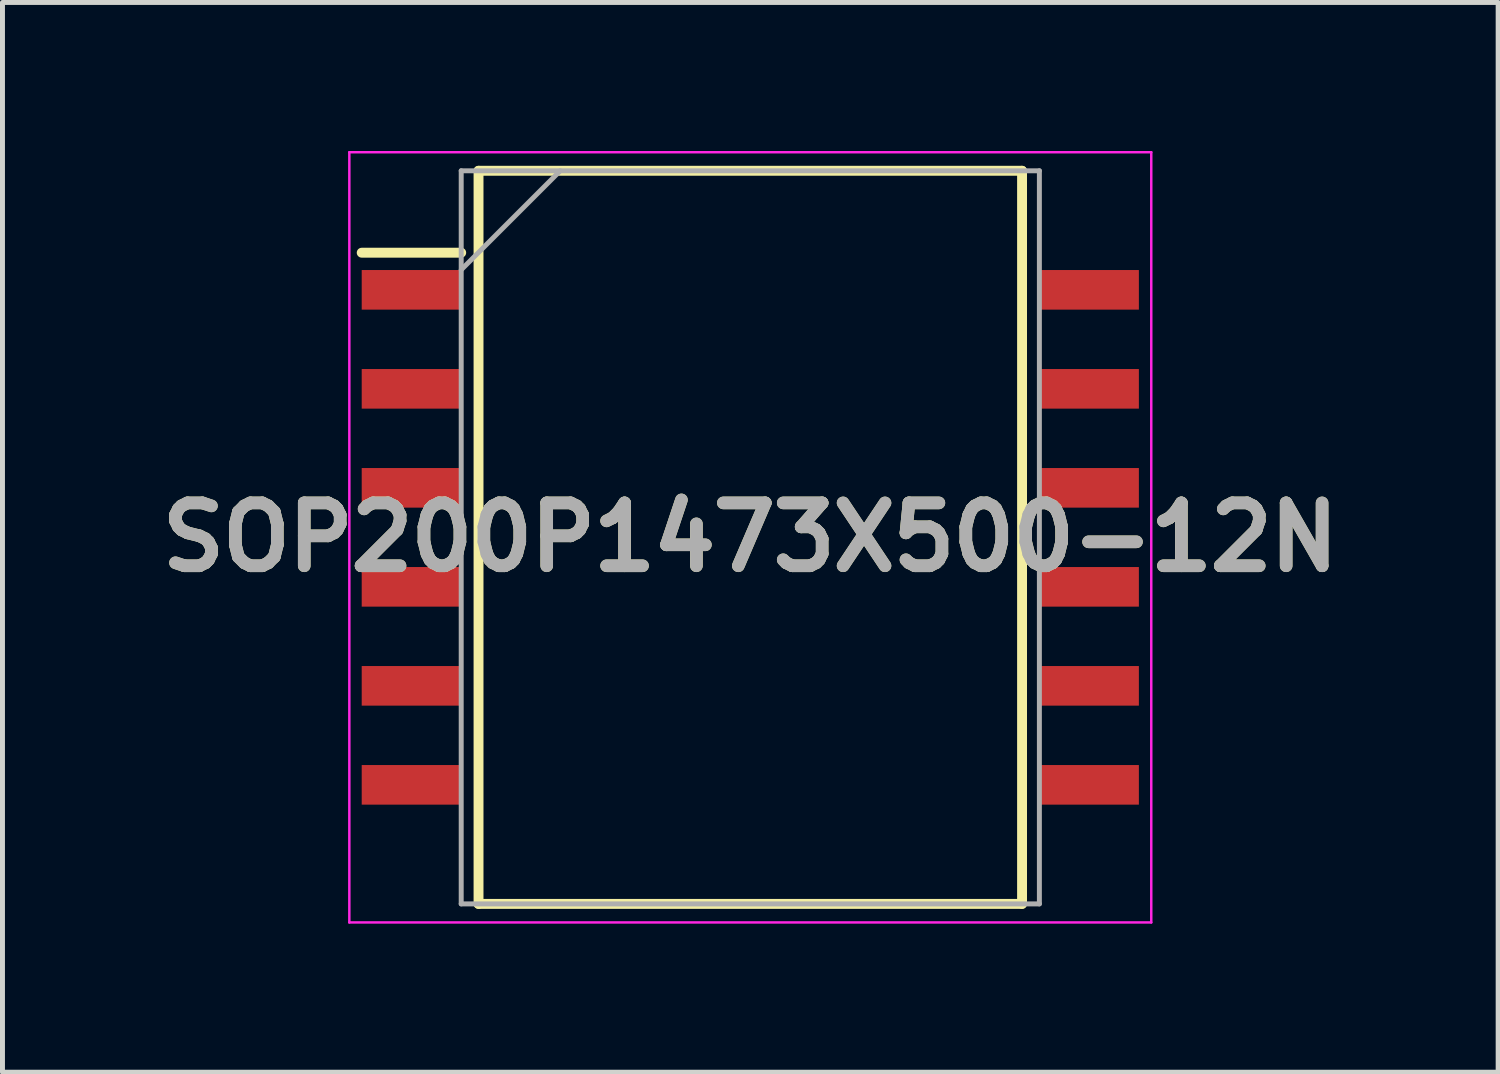
<source format=kicad_pcb>
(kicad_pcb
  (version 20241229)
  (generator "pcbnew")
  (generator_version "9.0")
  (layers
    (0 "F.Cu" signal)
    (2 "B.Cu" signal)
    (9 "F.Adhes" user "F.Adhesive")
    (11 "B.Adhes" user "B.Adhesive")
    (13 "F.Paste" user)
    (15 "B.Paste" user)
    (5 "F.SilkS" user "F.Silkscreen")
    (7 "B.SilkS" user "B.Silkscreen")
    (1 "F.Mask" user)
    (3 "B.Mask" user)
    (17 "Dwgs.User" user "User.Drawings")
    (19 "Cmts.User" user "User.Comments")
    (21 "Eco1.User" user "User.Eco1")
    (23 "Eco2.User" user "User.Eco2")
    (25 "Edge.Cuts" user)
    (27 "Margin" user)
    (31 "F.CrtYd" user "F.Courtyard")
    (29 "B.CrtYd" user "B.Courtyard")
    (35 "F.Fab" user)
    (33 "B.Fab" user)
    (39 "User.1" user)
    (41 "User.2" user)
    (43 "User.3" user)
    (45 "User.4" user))
  (footprint "SOP200P1473X500-12N"
    (layer "F.Cu")
    (at 12.107 7.805)
    (property "Reference" "SOP200P1473X500-12N" (at 0 0 0) (layer "F.SilkS") (effects (font (size 1.27 1.27) (thickness 0.254))))
    (attr smd)
    (fp_line (start -7.85 -5.75) (end -5.84 -5.75) (stroke (width 0.2) (type solid)) (layer "F.SilkS"))
    (fp_line (start -5.49 -7.405) (end 5.49 -7.405) (stroke (width 0.2) (type solid)) (layer "F.SilkS"))
    (fp_line (start -5.49 7.405) (end -5.49 -7.405) (stroke (width 0.2) (type solid)) (layer "F.SilkS"))
    (fp_line (start 5.49 -7.405) (end 5.49 7.405) (stroke (width 0.2) (type solid)) (layer "F.SilkS"))
    (fp_line (start 5.49 7.405) (end -5.49 7.405) (stroke (width 0.2) (type solid)) (layer "F.SilkS"))
    (fp_line (start -8.1 -7.78) (end 8.1 -7.78) (stroke (width 0.05) (type solid)) (layer "F.CrtYd"))
    (fp_line (start -8.1 7.78) (end -8.1 -7.78) (stroke (width 0.05) (type solid)) (layer "F.CrtYd"))
    (fp_line (start 8.1 -7.78) (end 8.1 7.78) (stroke (width 0.05) (type solid)) (layer "F.CrtYd"))
    (fp_line (start 8.1 7.78) (end -8.1 7.78) (stroke (width 0.05) (type solid)) (layer "F.CrtYd"))
    (fp_line (start -5.84 -7.405) (end 5.84 -7.405) (stroke (width 0.1) (type solid)) (layer "F.Fab"))
    (fp_line (start -5.84 -5.405) (end -3.84 -7.405) (stroke (width 0.1) (type solid)) (layer "F.Fab"))
    (fp_line (start -5.84 7.405) (end -5.84 -7.405) (stroke (width 0.1) (type solid)) (layer "F.Fab"))
    (fp_line (start 5.84 -7.405) (end 5.84 7.405) (stroke (width 0.1) (type solid)) (layer "F.Fab"))
    (fp_line (start 5.84 7.405) (end -5.84 7.405) (stroke (width 0.1) (type solid)) (layer "F.Fab"))
    (fp_text user "${REFERENCE}" (at 0 0 0) (layer "F.Fab") (effects (font (size 1.27 1.27) (thickness 0.254))))
    (pad "1" smd rect (at -6.845 -5 90) (size 0.8 2.01) (layers "F.Cu" "F.Mask" "F.Paste"))
    (pad "2" smd rect (at -6.845 -3 90) (size 0.8 2.01) (layers "F.Cu" "F.Mask" "F.Paste"))
    (pad "3" smd rect (at -6.845 -1 90) (size 0.8 2.01) (layers "F.Cu" "F.Mask" "F.Paste"))
    (pad "4" smd rect (at -6.845 1 90) (size 0.8 2.01) (layers "F.Cu" "F.Mask" "F.Paste"))
    (pad "5" smd rect (at -6.845 3 90) (size 0.8 2.01) (layers "F.Cu" "F.Mask" "F.Paste"))
    (pad "6" smd rect (at -6.845 5 90) (size 0.8 2.01) (layers "F.Cu" "F.Mask" "F.Paste"))
    (pad "7" smd rect (at 6.845 5 90) (size 0.8 2.01) (layers "F.Cu" "F.Mask" "F.Paste"))
    (pad "8" smd rect (at 6.845 3 90) (size 0.8 2.01) (layers "F.Cu" "F.Mask" "F.Paste"))
    (pad "9" smd rect (at 6.845 1 90) (size 0.8 2.01) (layers "F.Cu" "F.Mask" "F.Paste"))
    (pad "10" smd rect (at 6.845 -1 90) (size 0.8 2.01) (layers "F.Cu" "F.Mask" "F.Paste"))
    (pad "11" smd rect (at 6.845 -3 90) (size 0.8 2.01) (layers "F.Cu" "F.Mask" "F.Paste"))
    (pad "12" smd rect (at 6.845 -5 90) (size 0.8 2.01) (layers "F.Cu" "F.Mask" "F.Paste")))
  (gr_rect
    (start -3 -3)
    (end 27.215 18.61)
    (stroke (width 0.1) (type default))
    (fill no)
    (layer "Edge.Cuts")))
</source>
